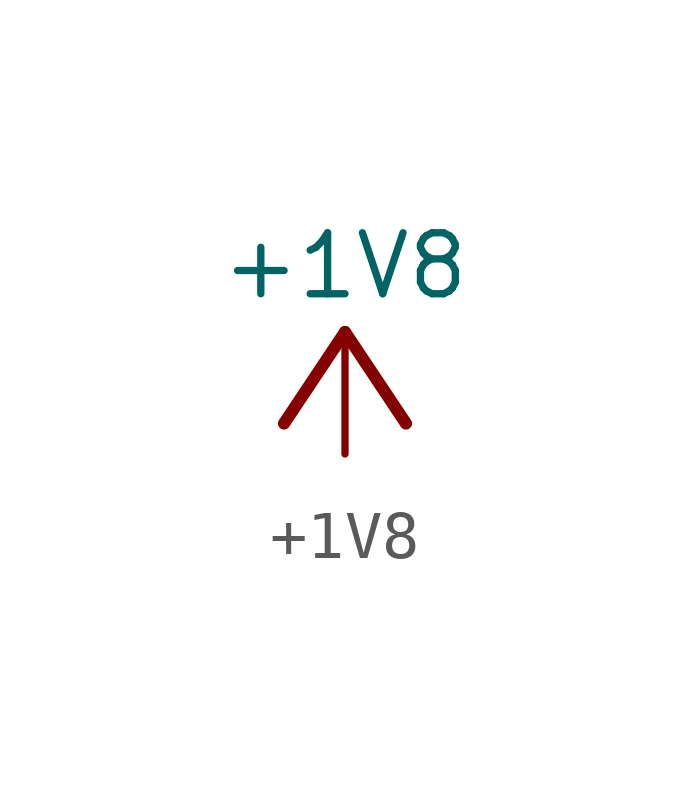
<source format=kicad_sym>
(kicad_symbol_lib
  (version 20241209)
  (generator "kicad_symbol_editor")
  (generator_version "9.0")
  (symbol "+1V8"
    (power)
    (property "Reference" "#+1V8"
      (at 0 0 0)
      (effects (font (size 1.27 1.27)) (hide yes)))
    (property "Value" "+1V8"
      (at 0 0.635 0)
      (effects (font (size 1.27 1.27)) (justify bottom)))
    (property "ki_locked" ""
      (at 0 0 0)
      (effects (font (size 1.27 1.27))))
    (symbol "+1V8_1_0"
      (polyline (pts (xy 0 0) (xy -1.27 -1.905)) (stroke (width 0.254) (type solid)) (fill (type none)))
      (polyline (pts (xy 1.27 -1.905) (xy 0 0)) (stroke (width 0.254) (type solid)) (fill (type none)))
      (pin power_in line (at 0 -2.54 90) (length 2.54) (name "+5V" (effects (font (size 0 0)))) (number "1" (effects (font (size 0 0))))))))
</source>
